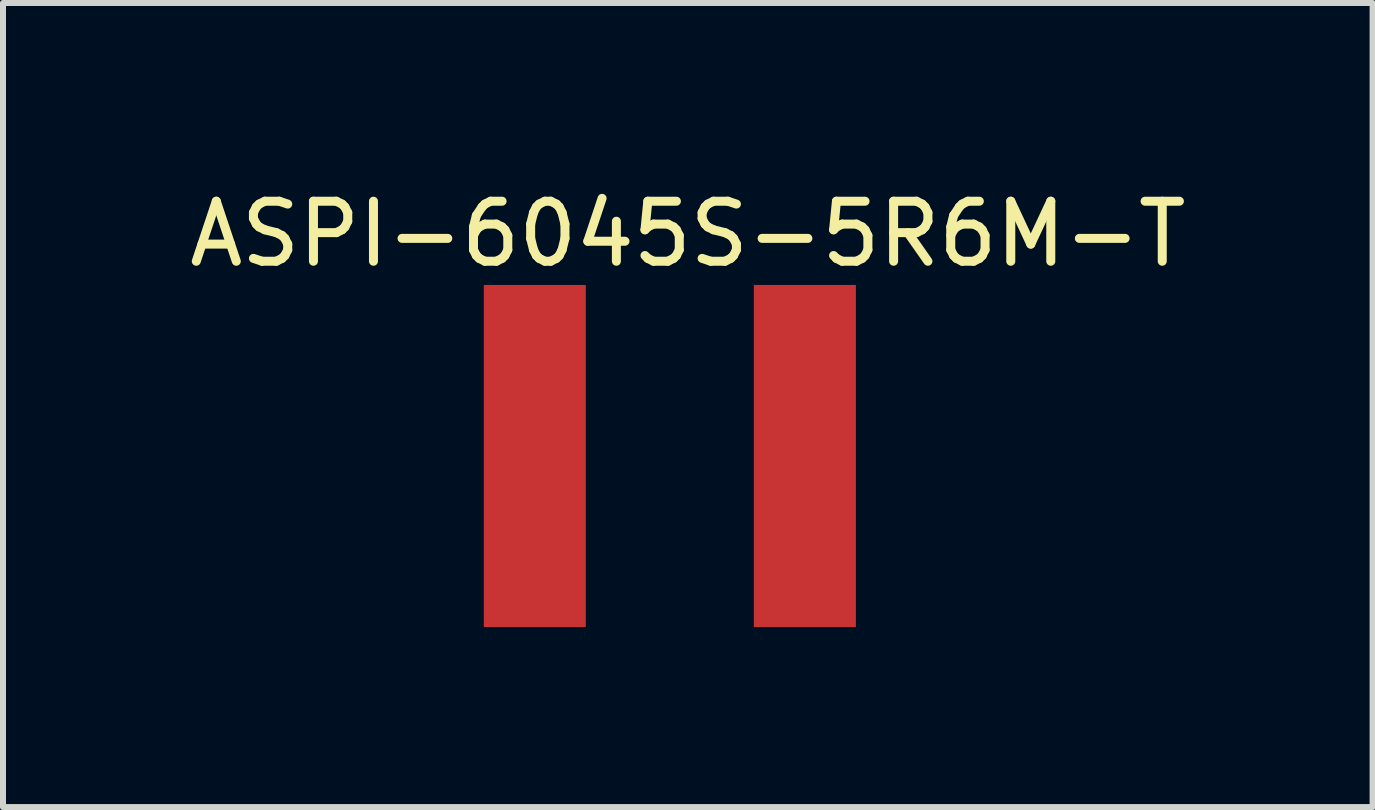
<source format=kicad_pcb>
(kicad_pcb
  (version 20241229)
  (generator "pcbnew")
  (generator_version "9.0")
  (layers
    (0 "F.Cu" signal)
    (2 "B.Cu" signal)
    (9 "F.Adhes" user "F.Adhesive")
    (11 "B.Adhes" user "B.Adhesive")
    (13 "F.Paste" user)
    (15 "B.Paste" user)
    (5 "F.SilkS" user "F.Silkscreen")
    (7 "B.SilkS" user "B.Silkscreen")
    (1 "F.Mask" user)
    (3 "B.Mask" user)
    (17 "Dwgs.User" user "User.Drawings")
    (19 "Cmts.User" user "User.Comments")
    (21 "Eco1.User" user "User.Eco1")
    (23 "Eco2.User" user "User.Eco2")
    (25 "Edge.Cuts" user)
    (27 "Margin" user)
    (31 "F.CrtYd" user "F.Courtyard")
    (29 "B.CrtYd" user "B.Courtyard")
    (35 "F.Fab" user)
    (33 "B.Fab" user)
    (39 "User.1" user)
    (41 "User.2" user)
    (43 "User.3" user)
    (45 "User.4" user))
  (footprint "ASPI-6045S-5R6M-T"
    (layer "F.Cu")
    (at 8.111 4.548)
    (property "Reference" "ASPI-6045S-5R6M-T" (at 0.3 -3.7 0) (layer "F.SilkS") (effects (font (size 1 1) (thickness 0.15))))
    (attr through_hole)
    (pad "1" smd rect (at -2.25 0) (size 1.7 5.7) (layers "F.Cu" "F.Mask" "F.Paste"))
    (pad "2" smd rect (at 2.25 0) (size 1.7 5.7) (layers "F.Cu" "F.Mask" "F.Paste")))
  (gr_rect
    (start -3 -3)
    (end 19.821 10.398)
    (stroke (width 0.1) (type default))
    (fill no)
    (layer "Edge.Cuts")))
</source>
